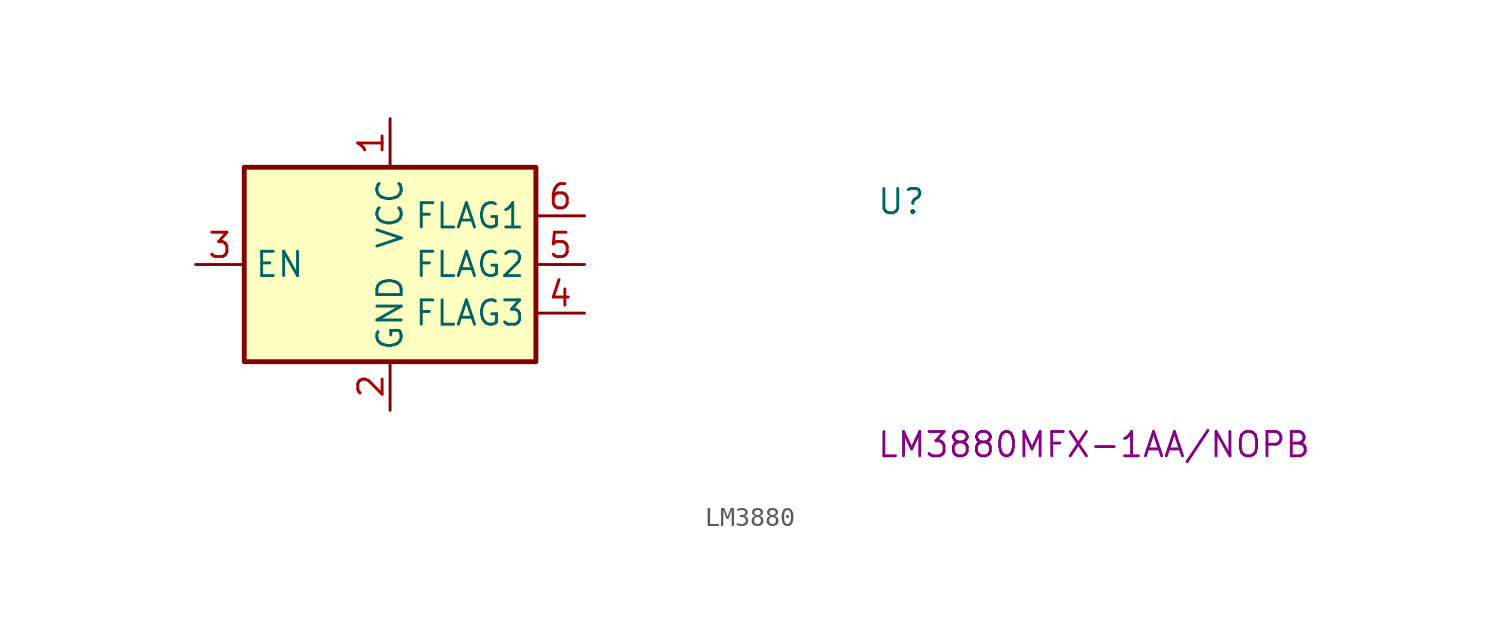
<source format=kicad_sym>
(kicad_symbol_lib
  (version 20220914)
  (generator kicad_symbol_editor)
  (symbol "LM3880"
    (property "Reference" "U"
      (at 25.4 -5.08 0)
      (effects (font (size 1.27 1.27) (thickness 0.15)) (justify left bottom)))
    (property "MPN" "LM3880MFX-1AA/NOPB"
      (at 25.4 -17.78 0)
      (effects (font (size 1.27 1.27) (thickness 0.15)) (justify left bottom)))
    (symbol "LM3880_1_1"
      (rectangle (start -7.62 -2.54) (end 7.62 -12.7) (stroke (width 0.254) (type default)) (fill (type background)))
      (pin power_in line (at 0 0 270) (length 2.54) (name "VCC" (effects (font (size 1.27 1.27)))) (number "1" (effects (font (size 1.27 1.27)))))
      (pin power_in line (at 0 -15.24 90) (length 2.54) (name "GND" (effects (font (size 1.27 1.27)))) (number "2" (effects (font (size 1.27 1.27)))))
      (pin input line (at -10.16 -7.62 0) (length 2.54) (name "EN" (effects (font (size 1.27 1.27)))) (number "3" (effects (font (size 1.27 1.27)))))
      (pin open_collector line (at 10.16 -10.16 180) (length 2.54) (name "FLAG3" (effects (font (size 1.27 1.27)))) (number "4" (effects (font (size 1.27 1.27)))))
      (pin open_collector line (at 10.16 -7.62 180) (length 2.54) (name "FLAG2" (effects (font (size 1.27 1.27)))) (number "5" (effects (font (size 1.27 1.27)))))
      (pin open_collector line (at 10.16 -5.08 180) (length 2.54) (name "FLAG1" (effects (font (size 1.27 1.27)))) (number "6" (effects (font (size 1.27 1.27))))))))
</source>
